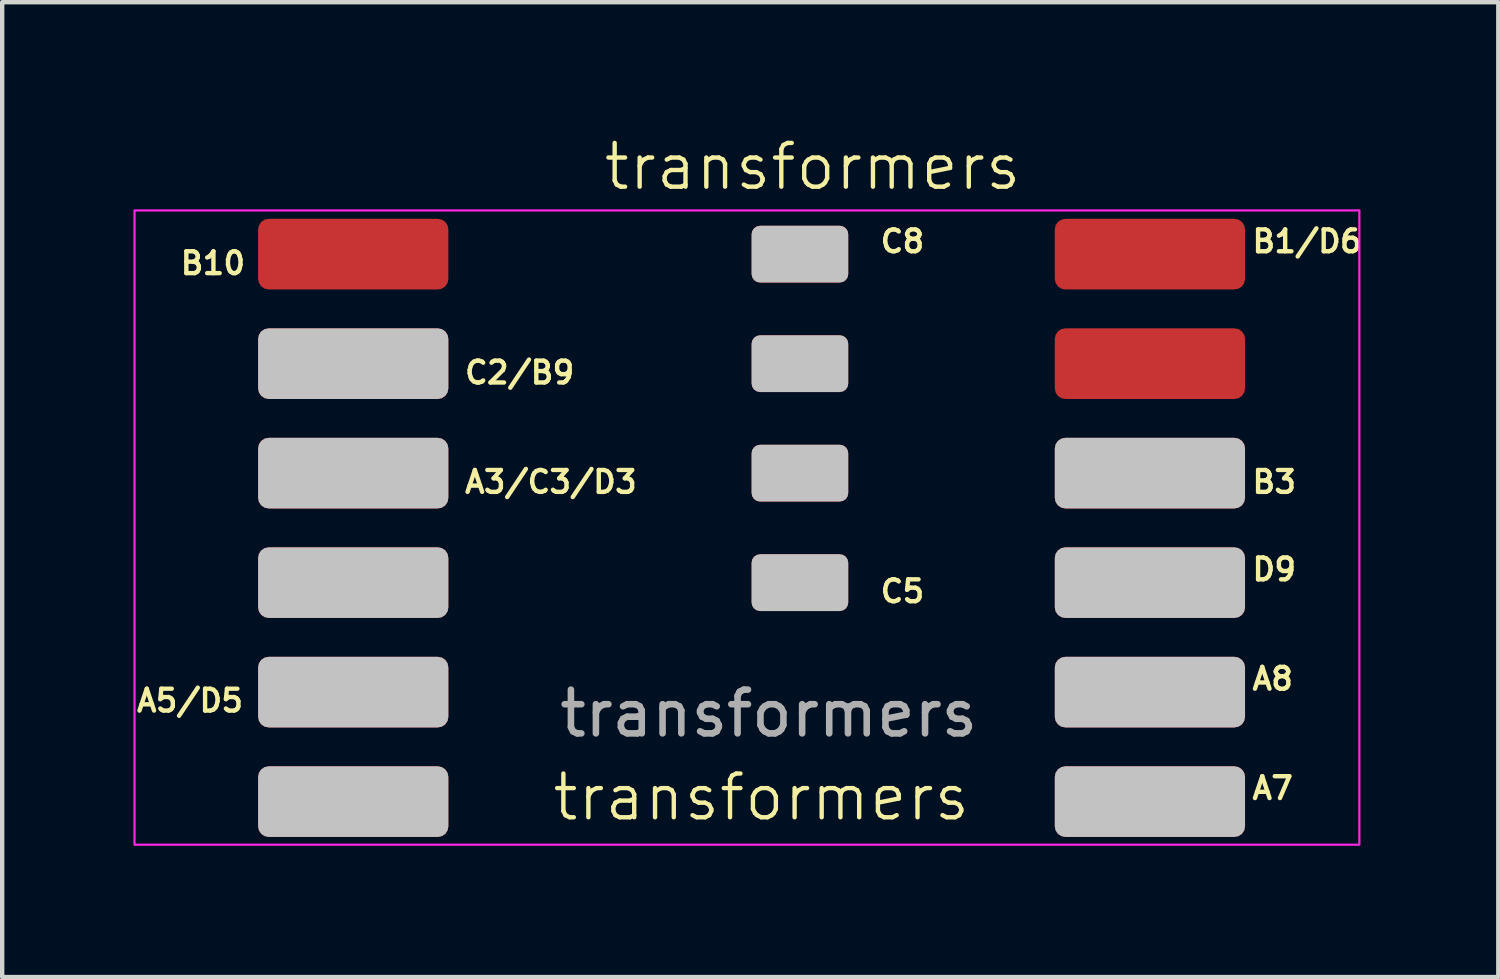
<source format=kicad_pcb>
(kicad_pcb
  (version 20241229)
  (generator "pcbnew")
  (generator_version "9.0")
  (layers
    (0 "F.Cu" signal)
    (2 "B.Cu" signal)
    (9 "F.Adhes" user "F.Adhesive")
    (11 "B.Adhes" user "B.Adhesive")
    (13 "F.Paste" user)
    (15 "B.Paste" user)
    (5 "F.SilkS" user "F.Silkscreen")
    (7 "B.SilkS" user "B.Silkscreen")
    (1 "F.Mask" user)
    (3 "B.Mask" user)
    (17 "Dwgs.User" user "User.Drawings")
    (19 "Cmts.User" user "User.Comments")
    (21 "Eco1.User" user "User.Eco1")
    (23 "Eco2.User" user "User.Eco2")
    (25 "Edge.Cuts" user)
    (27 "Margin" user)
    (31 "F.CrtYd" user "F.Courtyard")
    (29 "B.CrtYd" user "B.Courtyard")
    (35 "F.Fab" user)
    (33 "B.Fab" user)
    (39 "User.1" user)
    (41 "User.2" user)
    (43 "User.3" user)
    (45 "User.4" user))
  (footprint "transformers"
    (layer "F.Cu")
    (at 5.025 2.76)
    (property "Reference" "transformers" (at 10.5 -2 0) (unlocked yes) (layer "F.SilkS") (effects (font (size 1 1) (thickness 0.1))))
    (attr smd)
    (fp_rect (start -5 -1) (end 23 13.5) (stroke (width 0.05) (type default)) (fill no) (layer "F.CrtYd"))
    (fp_text user "C8" (at 12 0 0) (unlocked yes) (layer "F.SilkS") (effects (font (size 0.5 0.5) (thickness 0.1)) (justify left bottom)))
    (fp_text user "A7" (at 20.5 12.5 0) (unlocked yes) (layer "F.SilkS") (effects (font (size 0.5 0.5) (thickness 0.1)) (justify left bottom)))
    (fp_text user "C2/B9" (at 2.5 3 0) (unlocked yes) (layer "F.SilkS") (effects (font (size 0.5 0.5) (thickness 0.1)) (justify left bottom)))
    (fp_text user "transformers" (at 4.5 13 0) (unlocked yes) (layer "F.SilkS") (effects (font (size 1 1) (thickness 0.1)) (justify left bottom)))
    (fp_text user "B3" (at 20.5 5.5 0) (unlocked yes) (layer "F.SilkS") (effects (font (size 0.5 0.5) (thickness 0.1)) (justify left bottom)))
    (fp_text user "A3/C3/D3" (at 2.5 5.5 0) (unlocked yes) (layer "F.SilkS") (effects (font (size 0.5 0.5) (thickness 0.1)) (justify left bottom)))
    (fp_text user "B1/D6" (at 20.5 0 0) (unlocked yes) (layer "F.SilkS") (effects (font (size 0.5 0.5) (thickness 0.1)) (justify left bottom)))
    (fp_text user "B10" (at -4 0.5 0) (unlocked yes) (layer "F.SilkS") (effects (font (size 0.5 0.5) (thickness 0.1)) (justify left bottom)))
    (fp_text user "A5/D5" (at -5 10.5 0) (unlocked yes) (layer "F.SilkS") (effects (font (size 0.5 0.5) (thickness 0.1)) (justify left bottom)))
    (fp_text user "C5" (at 12 8 0) (unlocked yes) (layer "F.SilkS") (effects (font (size 0.5 0.5) (thickness 0.1)) (justify left bottom)))
    (fp_text user "A8" (at 20.5 10 0) (unlocked yes) (layer "F.SilkS") (effects (font (size 0.5 0.5) (thickness 0.1)) (justify left bottom)))
    (fp_text user "D9" (at 20.5 7.5 0) (unlocked yes) (layer "F.SilkS") (effects (font (size 0.5 0.5) (thickness 0.1)) (justify left bottom)))
    (fp_text user "${REFERENCE}" (at 9.5 10.5 0) (unlocked yes) (layer "F.Fab") (effects (font (size 1 1) (thickness 0.15))))
    (pad "1" smd roundrect (at 0 0) (size 4.349 1.615) (layers "F.Cu" "F.Mask" "F.Paste") (roundrect_rratio 0.15))
    (pad "2" smd roundrect (at 0 2.503) (size 4.349 1.615) (layers "F.Cu" "F.Mask" "F.Paste" "Dwgs.User") (roundrect_rratio 0.15))
    (pad "3" smd roundrect (at 0 5.006) (size 4.349 1.615) (layers "F.Cu" "F.Mask" "F.Paste" "Dwgs.User") (roundrect_rratio 0.15))
    (pad "4" smd roundrect (at 0 7.509) (size 4.349 1.615) (layers "F.Cu" "F.Mask" "F.Paste" "Dwgs.User") (roundrect_rratio 0.15))
    (pad "5" smd roundrect (at 0 10.012) (size 4.349 1.615) (layers "F.Cu" "F.Mask" "F.Paste" "Dwgs.User") (roundrect_rratio 0.15))
    (pad "6" smd roundrect (at 0 12.515) (size 4.349 1.615) (layers "F.Cu" "F.Mask" "F.Paste" "Dwgs.User") (roundrect_rratio 0.15))
    (pad "7" smd roundrect (at 18.212 0) (size 4.349 1.615) (layers "F.Cu" "F.Mask" "F.Paste") (roundrect_rratio 0.15))
    (pad "8" smd roundrect (at 18.212 2.503) (size 4.349 1.615) (layers "F.Cu" "F.Mask" "F.Paste") (roundrect_rratio 0.15))
    (pad "9" smd roundrect (at 18.212 5.006) (size 4.349 1.615) (layers "F.Cu" "F.Mask" "F.Paste" "Dwgs.User") (roundrect_rratio 0.15))
    (pad "10" smd roundrect (at 18.212 7.509) (size 4.349 1.615) (layers "F.Cu" "F.Mask" "F.Paste" "Dwgs.User") (roundrect_rratio 0.15))
    (pad "11" smd roundrect (at 18.212 10.012) (size 4.349 1.615) (layers "F.Cu" "F.Mask" "F.Paste" "Dwgs.User") (roundrect_rratio 0.15))
    (pad "12" smd roundrect (at 18.212 12.515) (size 4.349 1.615) (layers "F.Cu" "F.Mask" "F.Paste" "Dwgs.User") (roundrect_rratio 0.15))
    (pad "13" smd roundrect (at 10.211 0) (size 2.21 1.299) (layers "F.Cu" "F.Mask" "F.Paste" "Dwgs.User") (roundrect_rratio 0.15))
    (pad "14" smd roundrect (at 10.211 2.503) (size 2.21 1.299) (layers "F.Cu" "F.Mask" "F.Paste" "Dwgs.User") (roundrect_rratio 0.15))
    (pad "15" smd roundrect (at 10.211 5.006) (size 2.21 1.299) (layers "F.Cu" "F.Mask" "F.Paste" "Dwgs.User") (roundrect_rratio 0.15))
    (pad "16" smd roundrect (at 10.211 7.509) (size 2.21 1.299) (layers "F.Cu" "F.Mask" "F.Paste" "Dwgs.User") (roundrect_rratio 0.15)))
  (gr_rect
    (start -3 -3)
    (end 31.201 19.285)
    (stroke (width 0.1) (type default))
    (fill no)
    (layer "Edge.Cuts")))
</source>
